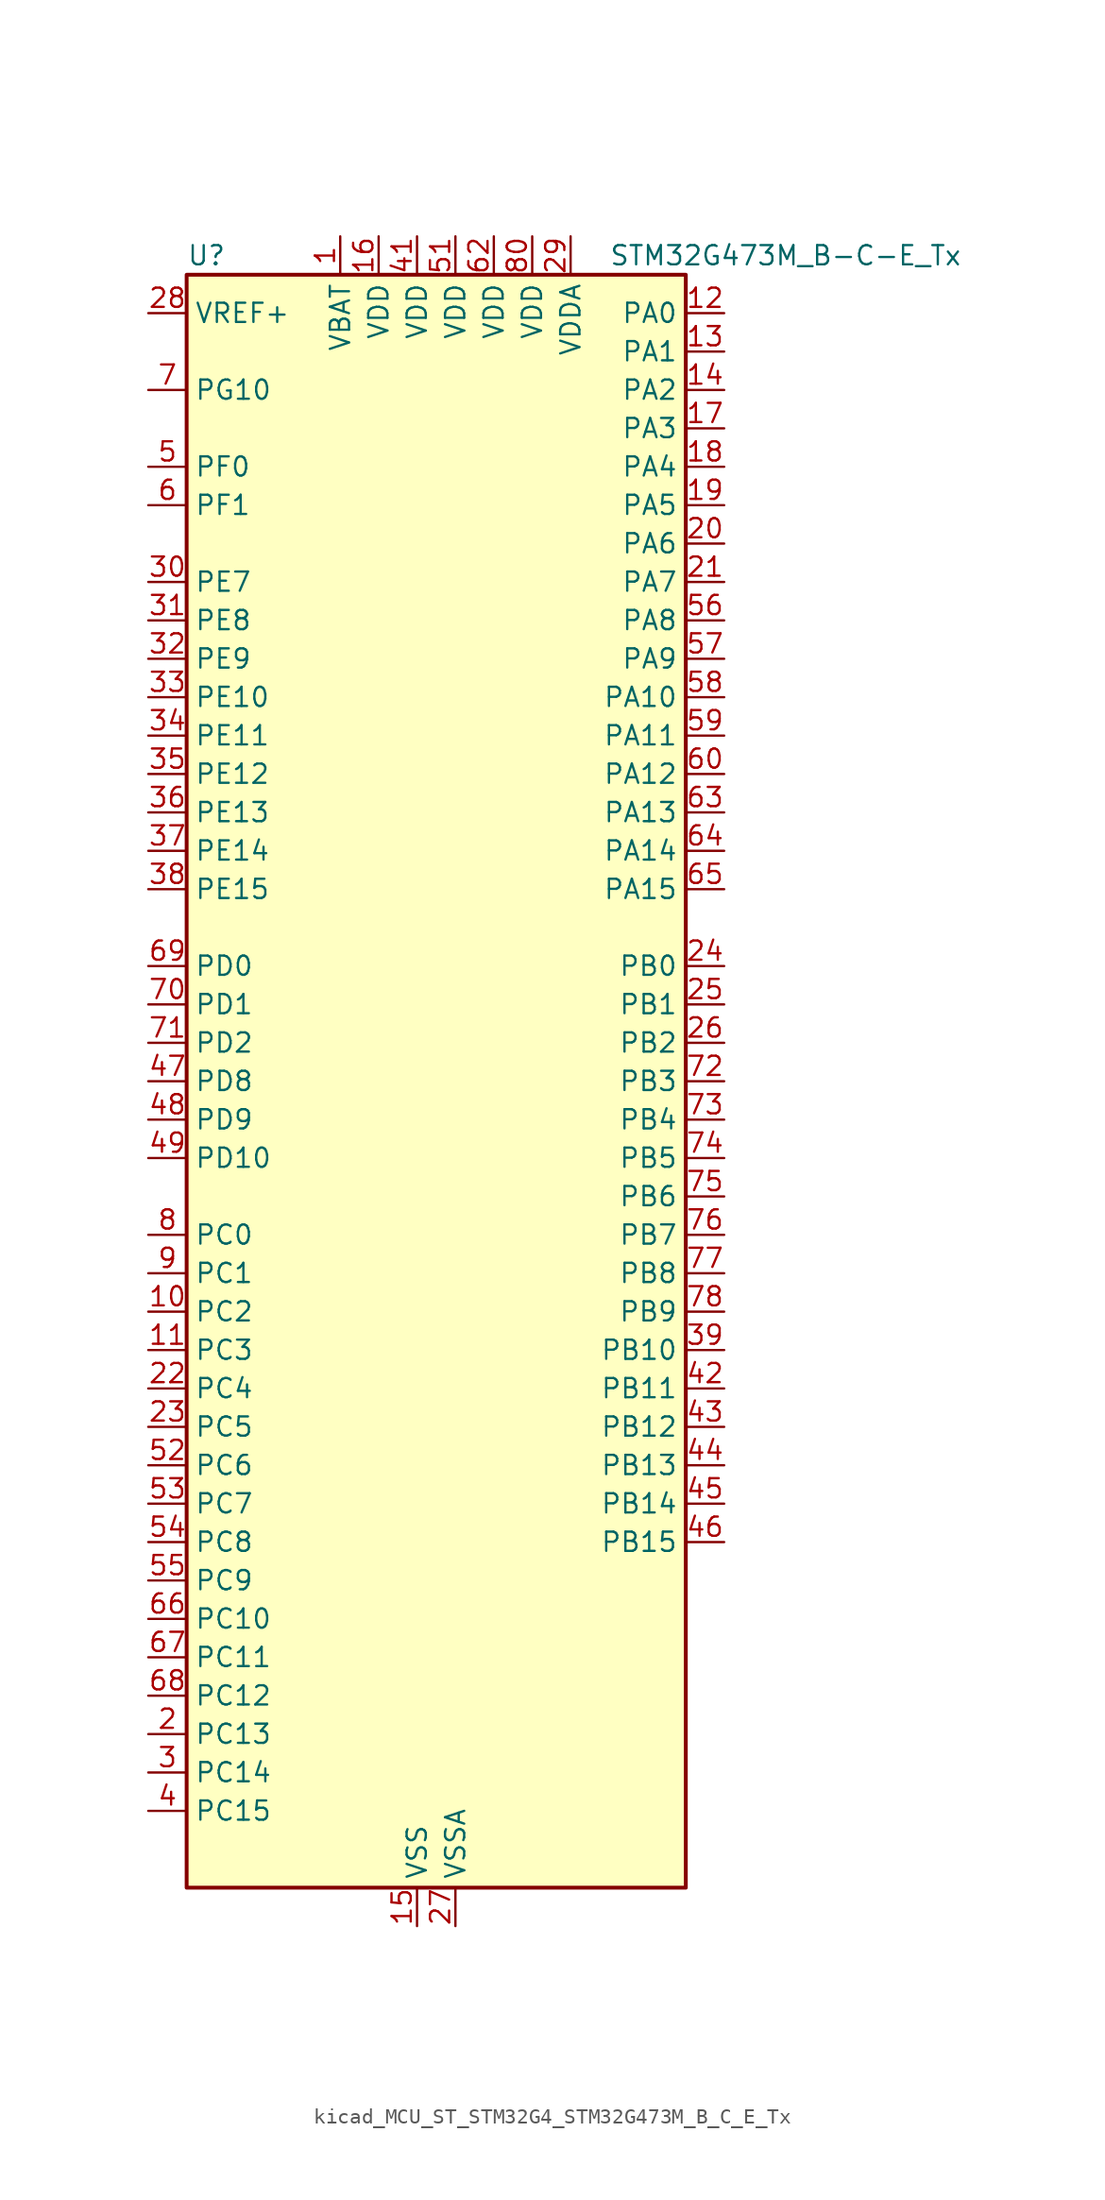
<source format=kicad_sym>
(kicad_symbol_lib
  (version 20220914)
  (generator kicad_symbol_editor)
  (symbol "kicad_MCU_ST_STM32G4_STM32G473M_B_C_E_Tx"
    (property "Reference" "U"
      (at -15.24 54.61 0)
      (effects (font (size 1.27 1.27)) (justify left)))
    (property "Value" "STM32G473M_B-C-E_Tx"
      (at 12.7 54.61 0)
      (effects (font (size 1.27 1.27)) (justify left)))
    (property "ki_locked" ""
      (at 0 0 0)
      (effects (font (size 1.27 1.27))))
    (symbol "kicad_MCU_ST_STM32G4_STM32G473M_B_C_E_Tx_0_1"
      (rectangle (start -15.24 -53.34) (end 17.78 53.34) (stroke (width 0.254) (type default)) (fill (type background))))
    (symbol "kicad_MCU_ST_STM32G4_STM32G473M_B_C_E_Tx_1_1"
      (pin power_in line (at -5.08 55.88 270) (length 2.54) (name "VBAT" (effects (font (size 1.27 1.27)))) (number "1" (effects (font (size 1.27 1.27)))))
      (pin bidirectional line (at -17.78 -15.24 0) (length 2.54) (name "PC2" (effects (font (size 1.27 1.27)))) (number "10" (effects (font (size 1.27 1.27)))) (alternate "ADC1_IN8" bidirectional line) (alternate "ADC2_IN8" bidirectional line) (alternate "ADC3_EXTI2" bidirectional line) (alternate "ADC4_EXTI2" bidirectional line) (alternate "ADC5_EXTI2" bidirectional line) (alternate "COMP3_OUT" bidirectional line) (alternate "LPTIM1_IN2" bidirectional line) (alternate "QUADSPI1_BK2_IO1" bidirectional line) (alternate "TIM1_CH3" bidirectional line) (alternate "TIM20_CH2" bidirectional line))
      (pin bidirectional line (at -17.78 -17.78 0) (length 2.54) (name "PC3" (effects (font (size 1.27 1.27)))) (number "11" (effects (font (size 1.27 1.27)))) (alternate "ADC1_IN9" bidirectional line) (alternate "ADC2_IN9" bidirectional line) (alternate "ADC3_EXTI3" bidirectional line) (alternate "ADC4_EXTI3" bidirectional line) (alternate "ADC5_EXTI3" bidirectional line) (alternate "LPTIM1_ETR" bidirectional line) (alternate "OPAMP5_VINP" bidirectional line) (alternate "OPAMP5_VINP_SEC" bidirectional line) (alternate "QUADSPI1_BK2_IO2" bidirectional line) (alternate "SAI1_D1" bidirectional line) (alternate "SAI1_SD_A" bidirectional line) (alternate "TIM1_BKIN2" bidirectional line) (alternate "TIM1_CH4" bidirectional line))
      (pin bidirectional line (at 20.32 50.8 180) (length 2.54) (name "PA0" (effects (font (size 1.27 1.27)))) (number "12" (effects (font (size 1.27 1.27)))) (alternate "ADC1_IN1" bidirectional line) (alternate "ADC2_IN1" bidirectional line) (alternate "COMP1_INM" bidirectional line) (alternate "COMP1_OUT" bidirectional line) (alternate "COMP3_INP" bidirectional line) (alternate "RTC_TAMP2" bidirectional line) (alternate "SYS_WKUP1" bidirectional line) (alternate "TIM2_CH1" bidirectional line) (alternate "TIM2_ETR" bidirectional line) (alternate "TIM5_CH1" bidirectional line) (alternate "TIM8_BKIN" bidirectional line) (alternate "TIM8_ETR" bidirectional line) (alternate "USART2_CTS" bidirectional line) (alternate "USART2_NSS" bidirectional line))
      (pin bidirectional line (at 20.32 48.26 180) (length 2.54) (name "PA1" (effects (font (size 1.27 1.27)))) (number "13" (effects (font (size 1.27 1.27)))) (alternate "ADC1_IN2" bidirectional line) (alternate "ADC2_IN2" bidirectional line) (alternate "COMP1_INP" bidirectional line) (alternate "OPAMP1_VINP" bidirectional line) (alternate "OPAMP1_VINP_SEC" bidirectional line) (alternate "OPAMP3_VINP" bidirectional line) (alternate "OPAMP3_VINP_SEC" bidirectional line) (alternate "OPAMP6_VINM" bidirectional line) (alternate "OPAMP6_VINM0" bidirectional line) (alternate "OPAMP6_VINM_SEC" bidirectional line) (alternate "RTC_REFIN" bidirectional line) (alternate "TIM15_CH1N" bidirectional line) (alternate "TIM2_CH2" bidirectional line) (alternate "TIM5_CH2" bidirectional line) (alternate "USART2_DE" bidirectional line) (alternate "USART2_RTS" bidirectional line))
      (pin bidirectional line (at 20.32 45.72 180) (length 2.54) (name "PA2" (effects (font (size 1.27 1.27)))) (number "14" (effects (font (size 1.27 1.27)))) (alternate "ADC1_IN3" bidirectional line) (alternate "ADC3_EXTI2" bidirectional line) (alternate "ADC4_EXTI2" bidirectional line) (alternate "ADC5_EXTI2" bidirectional line) (alternate "COMP2_INM" bidirectional line) (alternate "COMP2_OUT" bidirectional line) (alternate "LPUART1_TX" bidirectional line) (alternate "OPAMP1_VOUT" bidirectional line) (alternate "QUADSPI1_BK1_NCS" bidirectional line) (alternate "RCC_LSCO" bidirectional line) (alternate "SYS_WKUP4" bidirectional line) (alternate "TIM15_CH1" bidirectional line) (alternate "TIM2_CH3" bidirectional line) (alternate "TIM5_CH3" bidirectional line) (alternate "UCPD1_FRSTX1" bidirectional line) (alternate "UCPD1_FRSTX2" bidirectional line) (alternate "USART2_TX" bidirectional line))
      (pin power_in line (at 0 -55.88 90) (length 2.54) (name "VSS" (effects (font (size 1.27 1.27)))) (number "15" (effects (font (size 1.27 1.27)))))
      (pin power_in line (at -2.54 55.88 270) (length 2.54) (name "VDD" (effects (font (size 1.27 1.27)))) (number "16" (effects (font (size 1.27 1.27)))))
      (pin bidirectional line (at 20.32 43.18 180) (length 2.54) (name "PA3" (effects (font (size 1.27 1.27)))) (number "17" (effects (font (size 1.27 1.27)))) (alternate "ADC1_IN4" bidirectional line) (alternate "ADC3_EXTI3" bidirectional line) (alternate "ADC4_EXTI3" bidirectional line) (alternate "ADC5_EXTI3" bidirectional line) (alternate "COMP2_INP" bidirectional line) (alternate "LPUART1_RX" bidirectional line) (alternate "OPAMP1_VINM" bidirectional line) (alternate "OPAMP1_VINM0" bidirectional line) (alternate "OPAMP1_VINM_SEC" bidirectional line) (alternate "OPAMP1_VINP" bidirectional line) (alternate "OPAMP1_VINP_SEC" bidirectional line) (alternate "OPAMP5_VINM" bidirectional line) (alternate "OPAMP5_VINM1" bidirectional line) (alternate "OPAMP5_VINM_SEC" bidirectional line) (alternate "QUADSPI1_CLK" bidirectional line) (alternate "SAI1_CK1" bidirectional line) (alternate "SAI1_MCLK_A" bidirectional line) (alternate "TIM15_CH2" bidirectional line) (alternate "TIM2_CH4" bidirectional line) (alternate "TIM5_CH4" bidirectional line) (alternate "USART2_RX" bidirectional line))
      (pin bidirectional line (at 20.32 40.64 180) (length 2.54) (name "PA4" (effects (font (size 1.27 1.27)))) (number "18" (effects (font (size 1.27 1.27)))) (alternate "ADC2_IN17" bidirectional line) (alternate "COMP1_INM" bidirectional line) (alternate "DAC1_OUT1" bidirectional line) (alternate "I2S3_WS" bidirectional line) (alternate "SAI1_FS_B" bidirectional line) (alternate "SPI1_NSS" bidirectional line) (alternate "SPI3_NSS" bidirectional line) (alternate "TIM3_CH2" bidirectional line) (alternate "USART2_CK" bidirectional line))
      (pin bidirectional line (at 20.32 38.1 180) (length 2.54) (name "PA5" (effects (font (size 1.27 1.27)))) (number "19" (effects (font (size 1.27 1.27)))) (alternate "ADC2_IN13" bidirectional line) (alternate "COMP2_INM" bidirectional line) (alternate "DAC1_OUT2" bidirectional line) (alternate "OPAMP2_VINM" bidirectional line) (alternate "OPAMP2_VINM0" bidirectional line) (alternate "OPAMP2_VINM_SEC" bidirectional line) (alternate "SPI1_SCK" bidirectional line) (alternate "TIM2_CH1" bidirectional line) (alternate "TIM2_ETR" bidirectional line) (alternate "UCPD1_FRSTX1" bidirectional line) (alternate "UCPD1_FRSTX2" bidirectional line))
      (pin bidirectional line (at -17.78 -43.18 0) (length 2.54) (name "PC13" (effects (font (size 1.27 1.27)))) (number "2" (effects (font (size 1.27 1.27)))) (alternate "RTC_OUT1" bidirectional line) (alternate "RTC_TAMP1" bidirectional line) (alternate "RTC_TS" bidirectional line) (alternate "SYS_WKUP2" bidirectional line) (alternate "TIM1_BKIN" bidirectional line) (alternate "TIM1_CH1N" bidirectional line) (alternate "TIM8_CH4N" bidirectional line))
      (pin bidirectional line (at 20.32 35.56 180) (length 2.54) (name "PA6" (effects (font (size 1.27 1.27)))) (number "20" (effects (font (size 1.27 1.27)))) (alternate "ADC2_IN3" bidirectional line) (alternate "COMP1_OUT" bidirectional line) (alternate "DAC2_OUT1" bidirectional line) (alternate "LPUART1_CTS" bidirectional line) (alternate "OPAMP2_VOUT" bidirectional line) (alternate "QUADSPI1_BK1_IO3" bidirectional line) (alternate "SPI1_MISO" bidirectional line) (alternate "TIM16_CH1" bidirectional line) (alternate "TIM1_BKIN" bidirectional line) (alternate "TIM3_CH1" bidirectional line) (alternate "TIM8_BKIN" bidirectional line))
      (pin bidirectional line (at 20.32 33.02 180) (length 2.54) (name "PA7" (effects (font (size 1.27 1.27)))) (number "21" (effects (font (size 1.27 1.27)))) (alternate "ADC2_IN4" bidirectional line) (alternate "COMP2_INP" bidirectional line) (alternate "COMP2_OUT" bidirectional line) (alternate "OPAMP1_VINP" bidirectional line) (alternate "OPAMP1_VINP_SEC" bidirectional line) (alternate "OPAMP2_VINP" bidirectional line) (alternate "OPAMP2_VINP_SEC" bidirectional line) (alternate "QUADSPI1_BK1_IO2" bidirectional line) (alternate "SPI1_MOSI" bidirectional line) (alternate "TIM17_CH1" bidirectional line) (alternate "TIM1_CH1N" bidirectional line) (alternate "TIM3_CH2" bidirectional line) (alternate "TIM8_CH1N" bidirectional line) (alternate "UCPD1_FRSTX1" bidirectional line) (alternate "UCPD1_FRSTX2" bidirectional line))
      (pin bidirectional line (at -17.78 -20.32 0) (length 2.54) (name "PC4" (effects (font (size 1.27 1.27)))) (number "22" (effects (font (size 1.27 1.27)))) (alternate "ADC2_IN5" bidirectional line) (alternate "I2C2_SCL" bidirectional line) (alternate "QUADSPI1_BK2_IO3" bidirectional line) (alternate "TIM1_ETR" bidirectional line) (alternate "USART1_TX" bidirectional line))
      (pin bidirectional line (at -17.78 -22.86 0) (length 2.54) (name "PC5" (effects (font (size 1.27 1.27)))) (number "23" (effects (font (size 1.27 1.27)))) (alternate "ADC2_IN11" bidirectional line) (alternate "OPAMP1_VINM" bidirectional line) (alternate "OPAMP1_VINM1" bidirectional line) (alternate "OPAMP1_VINM_SEC" bidirectional line) (alternate "OPAMP2_VINM" bidirectional line) (alternate "OPAMP2_VINM1" bidirectional line) (alternate "OPAMP2_VINM_SEC" bidirectional line) (alternate "SAI1_D3" bidirectional line) (alternate "SYS_WKUP5" bidirectional line) (alternate "TIM15_BKIN" bidirectional line) (alternate "TIM1_CH4N" bidirectional line) (alternate "USART1_RX" bidirectional line))
      (pin bidirectional line (at 20.32 7.62 180) (length 2.54) (name "PB0" (effects (font (size 1.27 1.27)))) (number "24" (effects (font (size 1.27 1.27)))) (alternate "ADC1_IN15" bidirectional line) (alternate "ADC3_IN12" bidirectional line) (alternate "COMP4_INP" bidirectional line) (alternate "OPAMP2_VINP" bidirectional line) (alternate "OPAMP2_VINP_SEC" bidirectional line) (alternate "OPAMP3_VINP" bidirectional line) (alternate "OPAMP3_VINP_SEC" bidirectional line) (alternate "QUADSPI1_BK1_IO1" bidirectional line) (alternate "TIM1_CH2N" bidirectional line) (alternate "TIM3_CH3" bidirectional line) (alternate "TIM8_CH2N" bidirectional line) (alternate "UCPD1_FRSTX1" bidirectional line) (alternate "UCPD1_FRSTX2" bidirectional line))
      (pin bidirectional line (at 20.32 5.08 180) (length 2.54) (name "PB1" (effects (font (size 1.27 1.27)))) (number "25" (effects (font (size 1.27 1.27)))) (alternate "ADC1_IN12" bidirectional line) (alternate "ADC3_IN1" bidirectional line) (alternate "COMP1_INP" bidirectional line) (alternate "COMP4_OUT" bidirectional line) (alternate "LPUART1_DE" bidirectional line) (alternate "LPUART1_RTS" bidirectional line) (alternate "OPAMP3_VOUT" bidirectional line) (alternate "OPAMP6_VINM" bidirectional line) (alternate "OPAMP6_VINM1" bidirectional line) (alternate "OPAMP6_VINM_SEC" bidirectional line) (alternate "QUADSPI1_BK1_IO0" bidirectional line) (alternate "TIM1_CH3N" bidirectional line) (alternate "TIM3_CH4" bidirectional line) (alternate "TIM8_CH3N" bidirectional line))
      (pin bidirectional line (at 20.32 2.54 180) (length 2.54) (name "PB2" (effects (font (size 1.27 1.27)))) (number "26" (effects (font (size 1.27 1.27)))) (alternate "ADC2_IN12" bidirectional line) (alternate "ADC3_EXTI2" bidirectional line) (alternate "ADC4_EXTI2" bidirectional line) (alternate "ADC5_EXTI2" bidirectional line) (alternate "COMP4_INM" bidirectional line) (alternate "I2C3_SMBA" bidirectional line) (alternate "LPTIM1_OUT" bidirectional line) (alternate "OPAMP3_VINM" bidirectional line) (alternate "OPAMP3_VINM0" bidirectional line) (alternate "OPAMP3_VINM_SEC" bidirectional line) (alternate "QUADSPI1_BK2_IO1" bidirectional line) (alternate "RTC_OUT2" bidirectional line) (alternate "TIM20_CH1" bidirectional line) (alternate "TIM5_CH1" bidirectional line))
      (pin power_in line (at 2.54 -55.88 90) (length 2.54) (name "VSSA" (effects (font (size 1.27 1.27)))) (number "27" (effects (font (size 1.27 1.27)))))
      (pin input line (at -17.78 50.8 0) (length 2.54) (name "VREF+" (effects (font (size 1.27 1.27)))) (number "28" (effects (font (size 1.27 1.27)))) (alternate "VREFBUF_OUT" bidirectional line))
      (pin power_in line (at 10.16 55.88 270) (length 2.54) (name "VDDA" (effects (font (size 1.27 1.27)))) (number "29" (effects (font (size 1.27 1.27)))))
      (pin bidirectional line (at -17.78 -45.72 0) (length 2.54) (name "PC14" (effects (font (size 1.27 1.27)))) (number "3" (effects (font (size 1.27 1.27)))) (alternate "RCC_OSC32_IN" bidirectional line))
      (pin bidirectional line (at -17.78 33.02 0) (length 2.54) (name "PE7" (effects (font (size 1.27 1.27)))) (number "30" (effects (font (size 1.27 1.27)))) (alternate "ADC3_IN4" bidirectional line) (alternate "COMP4_INP" bidirectional line) (alternate "SAI1_SD_B" bidirectional line) (alternate "TIM1_ETR" bidirectional line))
      (pin bidirectional line (at -17.78 30.48 0) (length 2.54) (name "PE8" (effects (font (size 1.27 1.27)))) (number "31" (effects (font (size 1.27 1.27)))) (alternate "ADC3_IN6" bidirectional line) (alternate "ADC4_IN6" bidirectional line) (alternate "ADC5_IN6" bidirectional line) (alternate "COMP4_INM" bidirectional line) (alternate "SAI1_SCK_B" bidirectional line) (alternate "TIM1_CH1N" bidirectional line) (alternate "TIM5_CH3" bidirectional line))
      (pin bidirectional line (at -17.78 27.94 0) (length 2.54) (name "PE9" (effects (font (size 1.27 1.27)))) (number "32" (effects (font (size 1.27 1.27)))) (alternate "ADC3_IN2" bidirectional line) (alternate "DAC1_EXTI9" bidirectional line) (alternate "DAC2_EXTI9" bidirectional line) (alternate "DAC3_EXTI9" bidirectional line) (alternate "DAC4_EXTI9" bidirectional line) (alternate "SAI1_FS_B" bidirectional line) (alternate "TIM1_CH1" bidirectional line) (alternate "TIM5_CH4" bidirectional line))
      (pin bidirectional line (at -17.78 25.4 0) (length 2.54) (name "PE10" (effects (font (size 1.27 1.27)))) (number "33" (effects (font (size 1.27 1.27)))) (alternate "ADC3_IN14" bidirectional line) (alternate "ADC4_IN14" bidirectional line) (alternate "ADC5_IN14" bidirectional line) (alternate "DAC1_EXTI10" bidirectional line) (alternate "DAC2_EXTI10" bidirectional line) (alternate "DAC3_EXTI10" bidirectional line) (alternate "DAC4_EXTI10" bidirectional line) (alternate "QUADSPI1_CLK" bidirectional line) (alternate "SAI1_MCLK_B" bidirectional line) (alternate "TIM1_CH2N" bidirectional line))
      (pin bidirectional line (at -17.78 22.86 0) (length 2.54) (name "PE11" (effects (font (size 1.27 1.27)))) (number "34" (effects (font (size 1.27 1.27)))) (alternate "ADC1_EXTI11" bidirectional line) (alternate "ADC2_EXTI11" bidirectional line) (alternate "ADC3_IN15" bidirectional line) (alternate "ADC4_IN15" bidirectional line) (alternate "ADC5_IN15" bidirectional line) (alternate "QUADSPI1_BK1_NCS" bidirectional line) (alternate "SPI4_NSS" bidirectional line) (alternate "TIM1_CH2" bidirectional line))
      (pin bidirectional line (at -17.78 20.32 0) (length 2.54) (name "PE12" (effects (font (size 1.27 1.27)))) (number "35" (effects (font (size 1.27 1.27)))) (alternate "ADC3_IN16" bidirectional line) (alternate "ADC4_IN16" bidirectional line) (alternate "ADC5_IN16" bidirectional line) (alternate "QUADSPI1_BK1_IO0" bidirectional line) (alternate "SPI4_SCK" bidirectional line) (alternate "TIM1_CH3N" bidirectional line))
      (pin bidirectional line (at -17.78 17.78 0) (length 2.54) (name "PE13" (effects (font (size 1.27 1.27)))) (number "36" (effects (font (size 1.27 1.27)))) (alternate "ADC3_IN3" bidirectional line) (alternate "QUADSPI1_BK1_IO1" bidirectional line) (alternate "SPI4_MISO" bidirectional line) (alternate "TIM1_CH3" bidirectional line))
      (pin bidirectional line (at -17.78 15.24 0) (length 2.54) (name "PE14" (effects (font (size 1.27 1.27)))) (number "37" (effects (font (size 1.27 1.27)))) (alternate "ADC4_IN1" bidirectional line) (alternate "QUADSPI1_BK1_IO2" bidirectional line) (alternate "SPI4_MOSI" bidirectional line) (alternate "TIM1_BKIN2" bidirectional line) (alternate "TIM1_CH4" bidirectional line))
      (pin bidirectional line (at -17.78 12.7 0) (length 2.54) (name "PE15" (effects (font (size 1.27 1.27)))) (number "38" (effects (font (size 1.27 1.27)))) (alternate "ADC1_EXTI15" bidirectional line) (alternate "ADC2_EXTI15" bidirectional line) (alternate "ADC4_IN2" bidirectional line) (alternate "QUADSPI1_BK1_IO3" bidirectional line) (alternate "TIM1_BKIN" bidirectional line) (alternate "TIM1_CH4N" bidirectional line) (alternate "USART3_RX" bidirectional line))
      (pin bidirectional line (at 20.32 -17.78 180) (length 2.54) (name "PB10" (effects (font (size 1.27 1.27)))) (number "39" (effects (font (size 1.27 1.27)))) (alternate "COMP5_INM" bidirectional line) (alternate "DAC1_EXTI10" bidirectional line) (alternate "DAC2_EXTI10" bidirectional line) (alternate "DAC3_EXTI10" bidirectional line) (alternate "DAC4_EXTI10" bidirectional line) (alternate "LPUART1_RX" bidirectional line) (alternate "OPAMP3_VINM" bidirectional line) (alternate "OPAMP3_VINM1" bidirectional line) (alternate "OPAMP3_VINM_SEC" bidirectional line) (alternate "OPAMP4_VINM" bidirectional line) (alternate "OPAMP4_VINM0" bidirectional line) (alternate "OPAMP4_VINM_SEC" bidirectional line) (alternate "QUADSPI1_CLK" bidirectional line) (alternate "SAI1_SCK_A" bidirectional line) (alternate "TIM1_BKIN" bidirectional line) (alternate "TIM2_CH3" bidirectional line) (alternate "USART3_TX" bidirectional line))
      (pin bidirectional line (at -17.78 -48.26 0) (length 2.54) (name "PC15" (effects (font (size 1.27 1.27)))) (number "4" (effects (font (size 1.27 1.27)))) (alternate "ADC1_EXTI15" bidirectional line) (alternate "ADC2_EXTI15" bidirectional line) (alternate "RCC_OSC32_OUT" bidirectional line))
      (pin passive line (at 0 -55.88 90) (length 2.54) hide (name "VSS" (effects (font (size 1.27 1.27)))) (number "40" (effects (font (size 1.27 1.27)))))
      (pin power_in line (at 0 55.88 270) (length 2.54) (name "VDD" (effects (font (size 1.27 1.27)))) (number "41" (effects (font (size 1.27 1.27)))))
      (pin bidirectional line (at 20.32 -20.32 180) (length 2.54) (name "PB11" (effects (font (size 1.27 1.27)))) (number "42" (effects (font (size 1.27 1.27)))) (alternate "ADC1_EXTI11" bidirectional line) (alternate "ADC1_IN14" bidirectional line) (alternate "ADC2_EXTI11" bidirectional line) (alternate "ADC2_IN14" bidirectional line) (alternate "COMP6_INP" bidirectional line) (alternate "LPUART1_TX" bidirectional line) (alternate "OPAMP4_VINP" bidirectional line) (alternate "OPAMP4_VINP_SEC" bidirectional line) (alternate "OPAMP6_VOUT" bidirectional line) (alternate "QUADSPI1_BK1_NCS" bidirectional line) (alternate "TIM2_CH4" bidirectional line) (alternate "USART3_RX" bidirectional line))
      (pin bidirectional line (at 20.32 -22.86 180) (length 2.54) (name "PB12" (effects (font (size 1.27 1.27)))) (number "43" (effects (font (size 1.27 1.27)))) (alternate "ADC1_IN11" bidirectional line) (alternate "ADC4_IN3" bidirectional line) (alternate "COMP7_INM" bidirectional line) (alternate "FDCAN2_RX" bidirectional line) (alternate "I2C2_SMBA" bidirectional line) (alternate "I2S2_WS" bidirectional line) (alternate "LPUART1_DE" bidirectional line) (alternate "LPUART1_RTS" bidirectional line) (alternate "OPAMP4_VOUT" bidirectional line) (alternate "OPAMP6_VINP" bidirectional line) (alternate "OPAMP6_VINP_SEC" bidirectional line) (alternate "SPI2_NSS" bidirectional line) (alternate "TIM1_BKIN" bidirectional line) (alternate "TIM5_ETR" bidirectional line) (alternate "USART3_CK" bidirectional line))
      (pin bidirectional line (at 20.32 -25.4 180) (length 2.54) (name "PB13" (effects (font (size 1.27 1.27)))) (number "44" (effects (font (size 1.27 1.27)))) (alternate "ADC3_IN5" bidirectional line) (alternate "COMP5_INP" bidirectional line) (alternate "FDCAN2_TX" bidirectional line) (alternate "I2S2_CK" bidirectional line) (alternate "LPUART1_CTS" bidirectional line) (alternate "OPAMP3_VINP" bidirectional line) (alternate "OPAMP3_VINP_SEC" bidirectional line) (alternate "OPAMP4_VINP" bidirectional line) (alternate "OPAMP4_VINP_SEC" bidirectional line) (alternate "OPAMP6_VINP" bidirectional line) (alternate "OPAMP6_VINP_SEC" bidirectional line) (alternate "SPI2_SCK" bidirectional line) (alternate "TIM1_CH1N" bidirectional line) (alternate "USART3_CTS" bidirectional line) (alternate "USART3_NSS" bidirectional line))
      (pin bidirectional line (at 20.32 -27.94 180) (length 2.54) (name "PB14" (effects (font (size 1.27 1.27)))) (number "45" (effects (font (size 1.27 1.27)))) (alternate "ADC1_IN5" bidirectional line) (alternate "ADC4_IN4" bidirectional line) (alternate "COMP4_OUT" bidirectional line) (alternate "COMP7_INP" bidirectional line) (alternate "OPAMP2_VINP" bidirectional line) (alternate "OPAMP2_VINP_SEC" bidirectional line) (alternate "OPAMP5_VINP" bidirectional line) (alternate "OPAMP5_VINP_SEC" bidirectional line) (alternate "SPI2_MISO" bidirectional line) (alternate "TIM15_CH1" bidirectional line) (alternate "TIM1_CH2N" bidirectional line) (alternate "USART3_DE" bidirectional line) (alternate "USART3_RTS" bidirectional line))
      (pin bidirectional line (at 20.32 -30.48 180) (length 2.54) (name "PB15" (effects (font (size 1.27 1.27)))) (number "46" (effects (font (size 1.27 1.27)))) (alternate "ADC1_EXTI15" bidirectional line) (alternate "ADC2_EXTI15" bidirectional line) (alternate "ADC2_IN15" bidirectional line) (alternate "ADC4_IN5" bidirectional line) (alternate "COMP3_OUT" bidirectional line) (alternate "COMP6_INM" bidirectional line) (alternate "I2S2_SD" bidirectional line) (alternate "OPAMP5_VINM" bidirectional line) (alternate "OPAMP5_VINM0" bidirectional line) (alternate "OPAMP5_VINM_SEC" bidirectional line) (alternate "RTC_REFIN" bidirectional line) (alternate "SPI2_MOSI" bidirectional line) (alternate "TIM15_CH1N" bidirectional line) (alternate "TIM15_CH2" bidirectional line) (alternate "TIM1_CH3N" bidirectional line))
      (pin bidirectional line (at -17.78 0 0) (length 2.54) (name "PD8" (effects (font (size 1.27 1.27)))) (number "47" (effects (font (size 1.27 1.27)))) (alternate "ADC4_IN12" bidirectional line) (alternate "ADC5_IN12" bidirectional line) (alternate "OPAMP4_VINM" bidirectional line) (alternate "OPAMP4_VINM1" bidirectional line) (alternate "OPAMP4_VINM_SEC" bidirectional line) (alternate "USART3_TX" bidirectional line))
      (pin bidirectional line (at -17.78 -2.54 0) (length 2.54) (name "PD9" (effects (font (size 1.27 1.27)))) (number "48" (effects (font (size 1.27 1.27)))) (alternate "ADC4_IN13" bidirectional line) (alternate "ADC5_IN13" bidirectional line) (alternate "DAC1_EXTI9" bidirectional line) (alternate "DAC2_EXTI9" bidirectional line) (alternate "DAC3_EXTI9" bidirectional line) (alternate "DAC4_EXTI9" bidirectional line) (alternate "OPAMP6_VINP" bidirectional line) (alternate "OPAMP6_VINP_SEC" bidirectional line) (alternate "USART3_RX" bidirectional line))
      (pin bidirectional line (at -17.78 -5.08 0) (length 2.54) (name "PD10" (effects (font (size 1.27 1.27)))) (number "49" (effects (font (size 1.27 1.27)))) (alternate "ADC3_IN7" bidirectional line) (alternate "ADC4_IN7" bidirectional line) (alternate "ADC5_IN7" bidirectional line) (alternate "COMP6_INM" bidirectional line) (alternate "DAC1_EXTI10" bidirectional line) (alternate "DAC2_EXTI10" bidirectional line) (alternate "DAC3_EXTI10" bidirectional line) (alternate "DAC4_EXTI10" bidirectional line) (alternate "USART3_CK" bidirectional line))
      (pin bidirectional line (at -17.78 40.64 0) (length 2.54) (name "PF0" (effects (font (size 1.27 1.27)))) (number "5" (effects (font (size 1.27 1.27)))) (alternate "ADC1_IN10" bidirectional line) (alternate "I2C2_SDA" bidirectional line) (alternate "I2S2_WS" bidirectional line) (alternate "RCC_OSC_IN" bidirectional line) (alternate "SPI2_NSS" bidirectional line) (alternate "TIM1_CH3N" bidirectional line))
      (pin passive line (at 0 -55.88 90) (length 2.54) hide (name "VSS" (effects (font (size 1.27 1.27)))) (number "50" (effects (font (size 1.27 1.27)))))
      (pin power_in line (at 2.54 55.88 270) (length 2.54) (name "VDD" (effects (font (size 1.27 1.27)))) (number "51" (effects (font (size 1.27 1.27)))))
      (pin bidirectional line (at -17.78 -25.4 0) (length 2.54) (name "PC6" (effects (font (size 1.27 1.27)))) (number "52" (effects (font (size 1.27 1.27)))) (alternate "COMP6_OUT" bidirectional line) (alternate "I2C4_SCL" bidirectional line) (alternate "I2S2_MCK" bidirectional line) (alternate "TIM3_CH1" bidirectional line) (alternate "TIM8_CH1" bidirectional line))
      (pin bidirectional line (at -17.78 -27.94 0) (length 2.54) (name "PC7" (effects (font (size 1.27 1.27)))) (number "53" (effects (font (size 1.27 1.27)))) (alternate "COMP5_OUT" bidirectional line) (alternate "I2C4_SDA" bidirectional line) (alternate "I2S3_MCK" bidirectional line) (alternate "TIM3_CH2" bidirectional line) (alternate "TIM8_CH2" bidirectional line))
      (pin bidirectional line (at -17.78 -30.48 0) (length 2.54) (name "PC8" (effects (font (size 1.27 1.27)))) (number "54" (effects (font (size 1.27 1.27)))) (alternate "COMP7_OUT" bidirectional line) (alternate "I2C3_SCL" bidirectional line) (alternate "TIM20_CH3" bidirectional line) (alternate "TIM3_CH3" bidirectional line) (alternate "TIM8_CH3" bidirectional line))
      (pin bidirectional line (at -17.78 -33.02 0) (length 2.54) (name "PC9" (effects (font (size 1.27 1.27)))) (number "55" (effects (font (size 1.27 1.27)))) (alternate "DAC1_EXTI9" bidirectional line) (alternate "DAC2_EXTI9" bidirectional line) (alternate "DAC3_EXTI9" bidirectional line) (alternate "DAC4_EXTI9" bidirectional line) (alternate "I2C3_SDA" bidirectional line) (alternate "I2S_CKIN" bidirectional line) (alternate "TIM3_CH4" bidirectional line) (alternate "TIM8_BKIN2" bidirectional line) (alternate "TIM8_CH4" bidirectional line))
      (pin bidirectional line (at 20.32 30.48 180) (length 2.54) (name "PA8" (effects (font (size 1.27 1.27)))) (number "56" (effects (font (size 1.27 1.27)))) (alternate "ADC5_IN1" bidirectional line) (alternate "COMP7_OUT" bidirectional line) (alternate "FDCAN3_RX" bidirectional line) (alternate "I2C2_SDA" bidirectional line) (alternate "I2C3_SCL" bidirectional line) (alternate "I2S2_MCK" bidirectional line) (alternate "OPAMP5_VOUT" bidirectional line) (alternate "RCC_MCO" bidirectional line) (alternate "SAI1_CK2" bidirectional line) (alternate "SAI1_SCK_A" bidirectional line) (alternate "TIM1_CH1" bidirectional line) (alternate "TIM4_ETR" bidirectional line) (alternate "USART1_CK" bidirectional line))
      (pin bidirectional line (at 20.32 27.94 180) (length 2.54) (name "PA9" (effects (font (size 1.27 1.27)))) (number "57" (effects (font (size 1.27 1.27)))) (alternate "ADC5_IN2" bidirectional line) (alternate "COMP5_OUT" bidirectional line) (alternate "DAC1_EXTI9" bidirectional line) (alternate "DAC2_EXTI9" bidirectional line) (alternate "DAC3_EXTI9" bidirectional line) (alternate "DAC4_EXTI9" bidirectional line) (alternate "I2C2_SCL" bidirectional line) (alternate "I2C3_SMBA" bidirectional line) (alternate "I2S3_MCK" bidirectional line) (alternate "SAI1_FS_A" bidirectional line) (alternate "TIM15_BKIN" bidirectional line) (alternate "TIM1_CH2" bidirectional line) (alternate "TIM2_CH3" bidirectional line) (alternate "UCPD1_DBCC1" bidirectional line) (alternate "USART1_TX" bidirectional line))
      (pin bidirectional line (at 20.32 25.4 180) (length 2.54) (name "PA10" (effects (font (size 1.27 1.27)))) (number "58" (effects (font (size 1.27 1.27)))) (alternate "COMP6_OUT" bidirectional line) (alternate "CRS_SYNC" bidirectional line) (alternate "DAC1_EXTI10" bidirectional line) (alternate "DAC2_EXTI10" bidirectional line) (alternate "DAC3_EXTI10" bidirectional line) (alternate "DAC4_EXTI10" bidirectional line) (alternate "I2C2_SMBA" bidirectional line) (alternate "SAI1_D1" bidirectional line) (alternate "SAI1_SD_A" bidirectional line) (alternate "SPI2_MISO" bidirectional line) (alternate "TIM17_BKIN" bidirectional line) (alternate "TIM1_CH3" bidirectional line) (alternate "TIM2_CH4" bidirectional line) (alternate "TIM8_BKIN" bidirectional line) (alternate "UCPD1_DBCC2" bidirectional line) (alternate "USART1_RX" bidirectional line))
      (pin bidirectional line (at 20.32 22.86 180) (length 2.54) (name "PA11" (effects (font (size 1.27 1.27)))) (number "59" (effects (font (size 1.27 1.27)))) (alternate "ADC1_EXTI11" bidirectional line) (alternate "ADC2_EXTI11" bidirectional line) (alternate "COMP1_OUT" bidirectional line) (alternate "FDCAN1_RX" bidirectional line) (alternate "I2S2_SD" bidirectional line) (alternate "SPI2_MOSI" bidirectional line) (alternate "TIM1_BKIN2" bidirectional line) (alternate "TIM1_CH1N" bidirectional line) (alternate "TIM1_CH4" bidirectional line) (alternate "TIM4_CH1" bidirectional line) (alternate "USART1_CTS" bidirectional line) (alternate "USART1_NSS" bidirectional line) (alternate "USB_DM" bidirectional line))
      (pin bidirectional line (at -17.78 38.1 0) (length 2.54) (name "PF1" (effects (font (size 1.27 1.27)))) (number "6" (effects (font (size 1.27 1.27)))) (alternate "ADC2_IN10" bidirectional line) (alternate "COMP3_INM" bidirectional line) (alternate "I2S2_CK" bidirectional line) (alternate "RCC_OSC_OUT" bidirectional line) (alternate "SPI2_SCK" bidirectional line))
      (pin bidirectional line (at 20.32 20.32 180) (length 2.54) (name "PA12" (effects (font (size 1.27 1.27)))) (number "60" (effects (font (size 1.27 1.27)))) (alternate "COMP2_OUT" bidirectional line) (alternate "FDCAN1_TX" bidirectional line) (alternate "I2S_CKIN" bidirectional line) (alternate "TIM16_CH1" bidirectional line) (alternate "TIM1_CH2N" bidirectional line) (alternate "TIM1_ETR" bidirectional line) (alternate "TIM4_CH2" bidirectional line) (alternate "USART1_DE" bidirectional line) (alternate "USART1_RTS" bidirectional line) (alternate "USB_DP" bidirectional line))
      (pin passive line (at 0 -55.88 90) (length 2.54) hide (name "VSS" (effects (font (size 1.27 1.27)))) (number "61" (effects (font (size 1.27 1.27)))))
      (pin power_in line (at 5.08 55.88 270) (length 2.54) (name "VDD" (effects (font (size 1.27 1.27)))) (number "62" (effects (font (size 1.27 1.27)))))
      (pin bidirectional line (at 20.32 17.78 180) (length 2.54) (name "PA13" (effects (font (size 1.27 1.27)))) (number "63" (effects (font (size 1.27 1.27)))) (alternate "I2C1_SCL" bidirectional line) (alternate "I2C4_SCL" bidirectional line) (alternate "IR_OUT" bidirectional line) (alternate "SAI1_SD_B" bidirectional line) (alternate "SYS_JTMS-SWDIO" bidirectional line) (alternate "TIM16_CH1N" bidirectional line) (alternate "TIM4_CH3" bidirectional line) (alternate "USART3_CTS" bidirectional line) (alternate "USART3_NSS" bidirectional line))
      (pin bidirectional line (at 20.32 15.24 180) (length 2.54) (name "PA14" (effects (font (size 1.27 1.27)))) (number "64" (effects (font (size 1.27 1.27)))) (alternate "I2C1_SDA" bidirectional line) (alternate "I2C4_SMBA" bidirectional line) (alternate "LPTIM1_OUT" bidirectional line) (alternate "SAI1_FS_B" bidirectional line) (alternate "SYS_JTCK-SWCLK" bidirectional line) (alternate "TIM1_BKIN" bidirectional line) (alternate "TIM8_CH2" bidirectional line) (alternate "USART2_TX" bidirectional line))
      (pin bidirectional line (at 20.32 12.7 180) (length 2.54) (name "PA15" (effects (font (size 1.27 1.27)))) (number "65" (effects (font (size 1.27 1.27)))) (alternate "ADC1_EXTI15" bidirectional line) (alternate "ADC2_EXTI15" bidirectional line) (alternate "FDCAN3_TX" bidirectional line) (alternate "I2C1_SCL" bidirectional line) (alternate "I2S3_WS" bidirectional line) (alternate "SPI1_NSS" bidirectional line) (alternate "SPI3_NSS" bidirectional line) (alternate "SYS_JTDI" bidirectional line) (alternate "TIM1_BKIN" bidirectional line) (alternate "TIM2_CH1" bidirectional line) (alternate "TIM2_ETR" bidirectional line) (alternate "TIM8_CH1" bidirectional line) (alternate "UART4_DE" bidirectional line) (alternate "UART4_RTS" bidirectional line) (alternate "USART2_RX" bidirectional line))
      (pin bidirectional line (at -17.78 -35.56 0) (length 2.54) (name "PC10" (effects (font (size 1.27 1.27)))) (number "66" (effects (font (size 1.27 1.27)))) (alternate "DAC1_EXTI10" bidirectional line) (alternate "DAC2_EXTI10" bidirectional line) (alternate "DAC3_EXTI10" bidirectional line) (alternate "DAC4_EXTI10" bidirectional line) (alternate "I2S3_CK" bidirectional line) (alternate "SPI3_SCK" bidirectional line) (alternate "TIM8_CH1N" bidirectional line) (alternate "UART4_TX" bidirectional line) (alternate "USART3_TX" bidirectional line))
      (pin bidirectional line (at -17.78 -38.1 0) (length 2.54) (name "PC11" (effects (font (size 1.27 1.27)))) (number "67" (effects (font (size 1.27 1.27)))) (alternate "ADC1_EXTI11" bidirectional line) (alternate "ADC2_EXTI11" bidirectional line) (alternate "I2C3_SDA" bidirectional line) (alternate "SPI3_MISO" bidirectional line) (alternate "TIM8_CH2N" bidirectional line) (alternate "UART4_RX" bidirectional line) (alternate "USART3_RX" bidirectional line))
      (pin bidirectional line (at -17.78 -40.64 0) (length 2.54) (name "PC12" (effects (font (size 1.27 1.27)))) (number "68" (effects (font (size 1.27 1.27)))) (alternate "I2S3_SD" bidirectional line) (alternate "SPI3_MOSI" bidirectional line) (alternate "TIM5_CH2" bidirectional line) (alternate "TIM8_CH3N" bidirectional line) (alternate "UART5_TX" bidirectional line) (alternate "UCPD1_FRSTX1" bidirectional line) (alternate "UCPD1_FRSTX2" bidirectional line) (alternate "USART3_CK" bidirectional line))
      (pin bidirectional line (at -17.78 7.62 0) (length 2.54) (name "PD0" (effects (font (size 1.27 1.27)))) (number "69" (effects (font (size 1.27 1.27)))) (alternate "FDCAN1_RX" bidirectional line) (alternate "TIM8_CH4N" bidirectional line))
      (pin bidirectional line (at -17.78 45.72 0) (length 2.54) (name "PG10" (effects (font (size 1.27 1.27)))) (number "7" (effects (font (size 1.27 1.27)))) (alternate "DAC1_EXTI10" bidirectional line) (alternate "DAC2_EXTI10" bidirectional line) (alternate "DAC3_EXTI10" bidirectional line) (alternate "DAC4_EXTI10" bidirectional line) (alternate "RCC_MCO" bidirectional line))
      (pin bidirectional line (at -17.78 5.08 0) (length 2.54) (name "PD1" (effects (font (size 1.27 1.27)))) (number "70" (effects (font (size 1.27 1.27)))) (alternate "FDCAN1_TX" bidirectional line) (alternate "TIM8_BKIN2" bidirectional line) (alternate "TIM8_CH4" bidirectional line))
      (pin bidirectional line (at -17.78 2.54 0) (length 2.54) (name "PD2" (effects (font (size 1.27 1.27)))) (number "71" (effects (font (size 1.27 1.27)))) (alternate "ADC3_EXTI2" bidirectional line) (alternate "ADC4_EXTI2" bidirectional line) (alternate "ADC5_EXTI2" bidirectional line) (alternate "TIM3_ETR" bidirectional line) (alternate "TIM8_BKIN" bidirectional line) (alternate "UART5_RX" bidirectional line))
      (pin bidirectional line (at 20.32 0 180) (length 2.54) (name "PB3" (effects (font (size 1.27 1.27)))) (number "72" (effects (font (size 1.27 1.27)))) (alternate "ADC3_EXTI3" bidirectional line) (alternate "ADC4_EXTI3" bidirectional line) (alternate "ADC5_EXTI3" bidirectional line) (alternate "CRS_SYNC" bidirectional line) (alternate "FDCAN3_RX" bidirectional line) (alternate "I2S3_CK" bidirectional line) (alternate "SAI1_SCK_B" bidirectional line) (alternate "SPI1_SCK" bidirectional line) (alternate "SPI3_SCK" bidirectional line) (alternate "SYS_JTDO-SWO" bidirectional line) (alternate "TIM2_CH2" bidirectional line) (alternate "TIM3_ETR" bidirectional line) (alternate "TIM4_ETR" bidirectional line) (alternate "TIM8_CH1N" bidirectional line) (alternate "USART2_TX" bidirectional line))
      (pin bidirectional line (at 20.32 -2.54 180) (length 2.54) (name "PB4" (effects (font (size 1.27 1.27)))) (number "73" (effects (font (size 1.27 1.27)))) (alternate "FDCAN3_TX" bidirectional line) (alternate "SAI1_MCLK_B" bidirectional line) (alternate "SPI1_MISO" bidirectional line) (alternate "SPI3_MISO" bidirectional line) (alternate "SYS_JTRST" bidirectional line) (alternate "TIM16_CH1" bidirectional line) (alternate "TIM17_BKIN" bidirectional line) (alternate "TIM3_CH1" bidirectional line) (alternate "TIM8_CH2N" bidirectional line) (alternate "UART5_DE" bidirectional line) (alternate "UART5_RTS" bidirectional line) (alternate "UCPD1_CC2" bidirectional line) (alternate "USART2_RX" bidirectional line))
      (pin bidirectional line (at 20.32 -5.08 180) (length 2.54) (name "PB5" (effects (font (size 1.27 1.27)))) (number "74" (effects (font (size 1.27 1.27)))) (alternate "FDCAN2_RX" bidirectional line) (alternate "I2C1_SMBA" bidirectional line) (alternate "I2C3_SDA" bidirectional line) (alternate "I2S3_SD" bidirectional line) (alternate "LPTIM1_IN1" bidirectional line) (alternate "SAI1_SD_B" bidirectional line) (alternate "SPI1_MOSI" bidirectional line) (alternate "SPI3_MOSI" bidirectional line) (alternate "TIM16_BKIN" bidirectional line) (alternate "TIM17_CH1" bidirectional line) (alternate "TIM3_CH2" bidirectional line) (alternate "TIM8_CH3N" bidirectional line) (alternate "UART5_CTS" bidirectional line) (alternate "USART2_CK" bidirectional line))
      (pin bidirectional line (at 20.32 -7.62 180) (length 2.54) (name "PB6" (effects (font (size 1.27 1.27)))) (number "75" (effects (font (size 1.27 1.27)))) (alternate "COMP4_OUT" bidirectional line) (alternate "FDCAN2_TX" bidirectional line) (alternate "LPTIM1_ETR" bidirectional line) (alternate "SAI1_FS_B" bidirectional line) (alternate "TIM16_CH1N" bidirectional line) (alternate "TIM4_CH1" bidirectional line) (alternate "TIM8_BKIN2" bidirectional line) (alternate "TIM8_CH1" bidirectional line) (alternate "TIM8_ETR" bidirectional line) (alternate "UCPD1_CC1" bidirectional line) (alternate "USART1_TX" bidirectional line))
      (pin bidirectional line (at 20.32 -10.16 180) (length 2.54) (name "PB7" (effects (font (size 1.27 1.27)))) (number "76" (effects (font (size 1.27 1.27)))) (alternate "COMP3_OUT" bidirectional line) (alternate "I2C1_SDA" bidirectional line) (alternate "I2C4_SDA" bidirectional line) (alternate "LPTIM1_IN2" bidirectional line) (alternate "SYS_PVD_IN" bidirectional line) (alternate "TIM17_CH1N" bidirectional line) (alternate "TIM3_CH4" bidirectional line) (alternate "TIM4_CH2" bidirectional line) (alternate "TIM8_BKIN" bidirectional line) (alternate "UART4_CTS" bidirectional line) (alternate "USART1_RX" bidirectional line))
      (pin bidirectional line (at 20.32 -12.7 180) (length 2.54) (name "PB8" (effects (font (size 1.27 1.27)))) (number "77" (effects (font (size 1.27 1.27)))) (alternate "COMP1_OUT" bidirectional line) (alternate "FDCAN1_RX" bidirectional line) (alternate "I2C1_SCL" bidirectional line) (alternate "SAI1_CK1" bidirectional line) (alternate "SAI1_MCLK_A" bidirectional line) (alternate "TIM16_CH1" bidirectional line) (alternate "TIM1_BKIN" bidirectional line) (alternate "TIM4_CH3" bidirectional line) (alternate "TIM8_CH2" bidirectional line) (alternate "USART3_RX" bidirectional line))
      (pin bidirectional line (at 20.32 -15.24 180) (length 2.54) (name "PB9" (effects (font (size 1.27 1.27)))) (number "78" (effects (font (size 1.27 1.27)))) (alternate "COMP2_OUT" bidirectional line) (alternate "DAC1_EXTI9" bidirectional line) (alternate "DAC2_EXTI9" bidirectional line) (alternate "DAC3_EXTI9" bidirectional line) (alternate "DAC4_EXTI9" bidirectional line) (alternate "FDCAN1_TX" bidirectional line) (alternate "I2C1_SDA" bidirectional line) (alternate "IR_OUT" bidirectional line) (alternate "SAI1_D2" bidirectional line) (alternate "SAI1_FS_A" bidirectional line) (alternate "TIM17_CH1" bidirectional line) (alternate "TIM1_CH3N" bidirectional line) (alternate "TIM4_CH4" bidirectional line) (alternate "TIM8_CH3" bidirectional line) (alternate "USART3_TX" bidirectional line))
      (pin passive line (at 0 -55.88 90) (length 2.54) hide (name "VSS" (effects (font (size 1.27 1.27)))) (number "79" (effects (font (size 1.27 1.27)))))
      (pin bidirectional line (at -17.78 -10.16 0) (length 2.54) (name "PC0" (effects (font (size 1.27 1.27)))) (number "8" (effects (font (size 1.27 1.27)))) (alternate "ADC1_IN6" bidirectional line) (alternate "ADC2_IN6" bidirectional line) (alternate "COMP3_INM" bidirectional line) (alternate "LPTIM1_IN1" bidirectional line) (alternate "LPUART1_RX" bidirectional line) (alternate "TIM1_CH1" bidirectional line))
      (pin power_in line (at 7.62 55.88 270) (length 2.54) (name "VDD" (effects (font (size 1.27 1.27)))) (number "80" (effects (font (size 1.27 1.27)))))
      (pin bidirectional line (at -17.78 -12.7 0) (length 2.54) (name "PC1" (effects (font (size 1.27 1.27)))) (number "9" (effects (font (size 1.27 1.27)))) (alternate "ADC1_IN7" bidirectional line) (alternate "ADC2_IN7" bidirectional line) (alternate "COMP3_INP" bidirectional line) (alternate "LPTIM1_OUT" bidirectional line) (alternate "LPUART1_TX" bidirectional line) (alternate "QUADSPI1_BK2_IO0" bidirectional line) (alternate "SAI1_SD_A" bidirectional line) (alternate "TIM1_CH2" bidirectional line)))))
</source>
